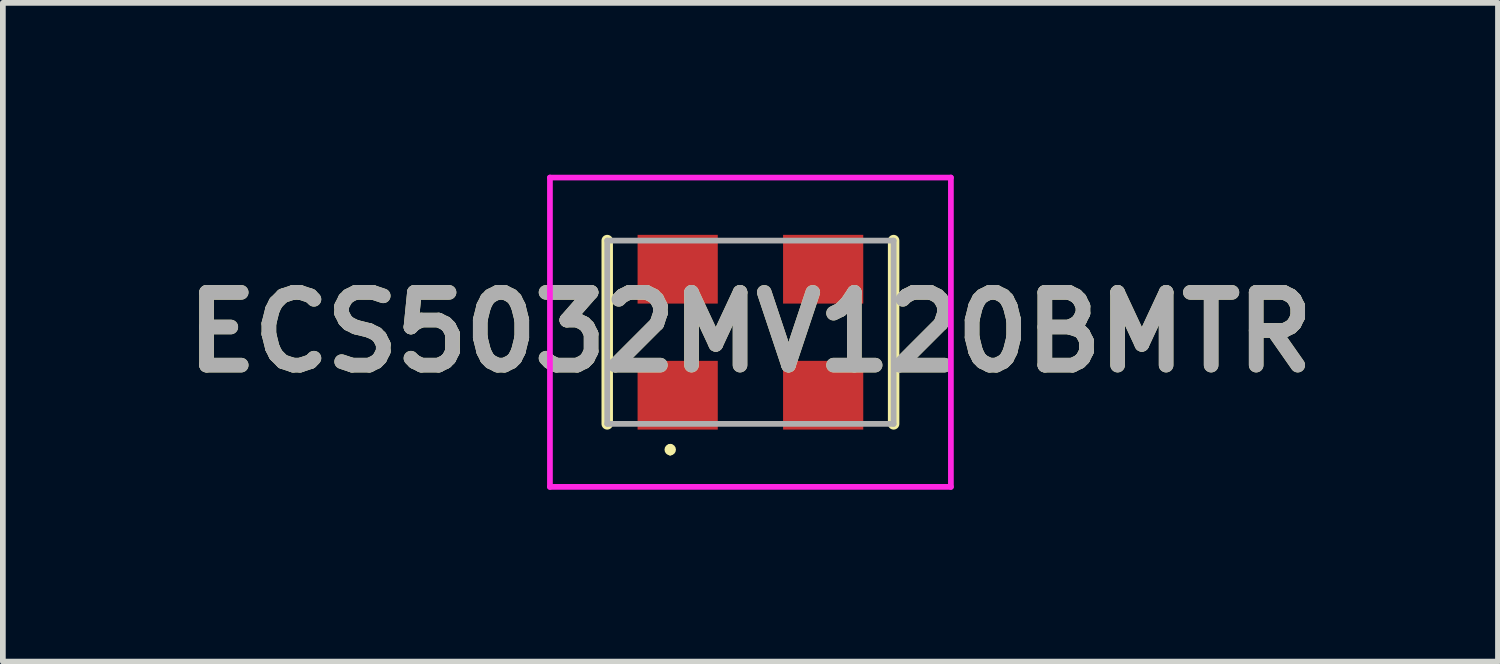
<source format=kicad_pcb>
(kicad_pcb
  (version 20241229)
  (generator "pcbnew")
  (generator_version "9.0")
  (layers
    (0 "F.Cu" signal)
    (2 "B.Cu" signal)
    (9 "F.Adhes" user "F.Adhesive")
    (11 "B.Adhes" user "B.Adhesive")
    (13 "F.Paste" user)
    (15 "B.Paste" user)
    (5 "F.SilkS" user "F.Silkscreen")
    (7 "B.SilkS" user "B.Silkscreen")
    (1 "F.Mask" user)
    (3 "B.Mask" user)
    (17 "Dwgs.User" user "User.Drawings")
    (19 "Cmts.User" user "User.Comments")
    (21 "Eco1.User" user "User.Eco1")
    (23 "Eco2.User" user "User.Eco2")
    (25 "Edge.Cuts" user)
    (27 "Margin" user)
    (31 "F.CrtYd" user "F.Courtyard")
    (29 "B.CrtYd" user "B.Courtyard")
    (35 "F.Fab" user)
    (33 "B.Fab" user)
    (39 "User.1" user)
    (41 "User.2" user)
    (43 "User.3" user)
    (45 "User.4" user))
  (footprint "ECS5032MV120BMTR"
    (layer "F.Cu")
    (at 10.051 2.75)
    (property "Reference" "ECS5032MV120BMTR" (at 0 0 0) (layer "F.SilkS") (effects (font (size 1.27 1.27) (thickness 0.254))))
    (attr smd)
    (fp_line (start -2.5 -1.6) (end -2.5 1.6) (stroke (width 0.2) (type solid)) (layer "F.SilkS"))
    (fp_line (start -1.4 2) (end -1.4 2) (stroke (width 0.1) (type solid)) (layer "F.SilkS"))
    (fp_line (start -1.4 2.1) (end -1.4 2.1) (stroke (width 0.1) (type solid)) (layer "F.SilkS"))
    (fp_line (start 2.5 -1.6) (end 2.5 1.6) (stroke (width 0.2) (type solid)) (layer "F.SilkS"))
    (fp_arc (start -1.4 2) (mid -1.35 2.05) (end -1.4 2.1) (stroke (width 0.1) (type solid)) (layer "F.SilkS"))
    (fp_arc (start -1.4 2.1) (mid -1.45 2.05) (end -1.4 2) (stroke (width 0.1) (type solid)) (layer "F.SilkS"))
    (fp_line (start -3.5 -2.7) (end 3.5 -2.7) (stroke (width 0.1) (type solid)) (layer "F.CrtYd"))
    (fp_line (start -3.5 2.7) (end -3.5 -2.7) (stroke (width 0.1) (type solid)) (layer "F.CrtYd"))
    (fp_line (start 3.5 -2.7) (end 3.5 2.7) (stroke (width 0.1) (type solid)) (layer "F.CrtYd"))
    (fp_line (start 3.5 2.7) (end -3.5 2.7) (stroke (width 0.1) (type solid)) (layer "F.CrtYd"))
    (fp_line (start -2.5 -1.6) (end 2.5 -1.6) (stroke (width 0.1) (type solid)) (layer "F.Fab"))
    (fp_line (start -2.5 1.6) (end -2.5 -1.6) (stroke (width 0.1) (type solid)) (layer "F.Fab"))
    (fp_line (start 2.5 -1.6) (end 2.5 1.6) (stroke (width 0.1) (type solid)) (layer "F.Fab"))
    (fp_line (start 2.5 1.6) (end -2.5 1.6) (stroke (width 0.1) (type solid)) (layer "F.Fab"))
    (fp_text user "${REFERENCE}" (at 0 0 0) (layer "F.Fab") (effects (font (size 1.27 1.27) (thickness 0.254))))
    (pad "1" smd rect (at -1.27 1.1 90) (size 1.2 1.4) (layers "F.Cu" "F.Mask" "F.Paste"))
    (pad "2" smd rect (at 1.27 1.1 90) (size 1.2 1.4) (layers "F.Cu" "F.Mask" "F.Paste"))
    (pad "3" smd rect (at 1.27 -1.1 90) (size 1.2 1.4) (layers "F.Cu" "F.Mask" "F.Paste"))
    (pad "4" smd rect (at -1.27 -1.1 90) (size 1.2 1.4) (layers "F.Cu" "F.Mask" "F.Paste")))
  (gr_rect
    (start -3 -3)
    (end 23.102 8.5)
    (stroke (width 0.1) (type default))
    (fill no)
    (layer "Edge.Cuts")))
</source>
